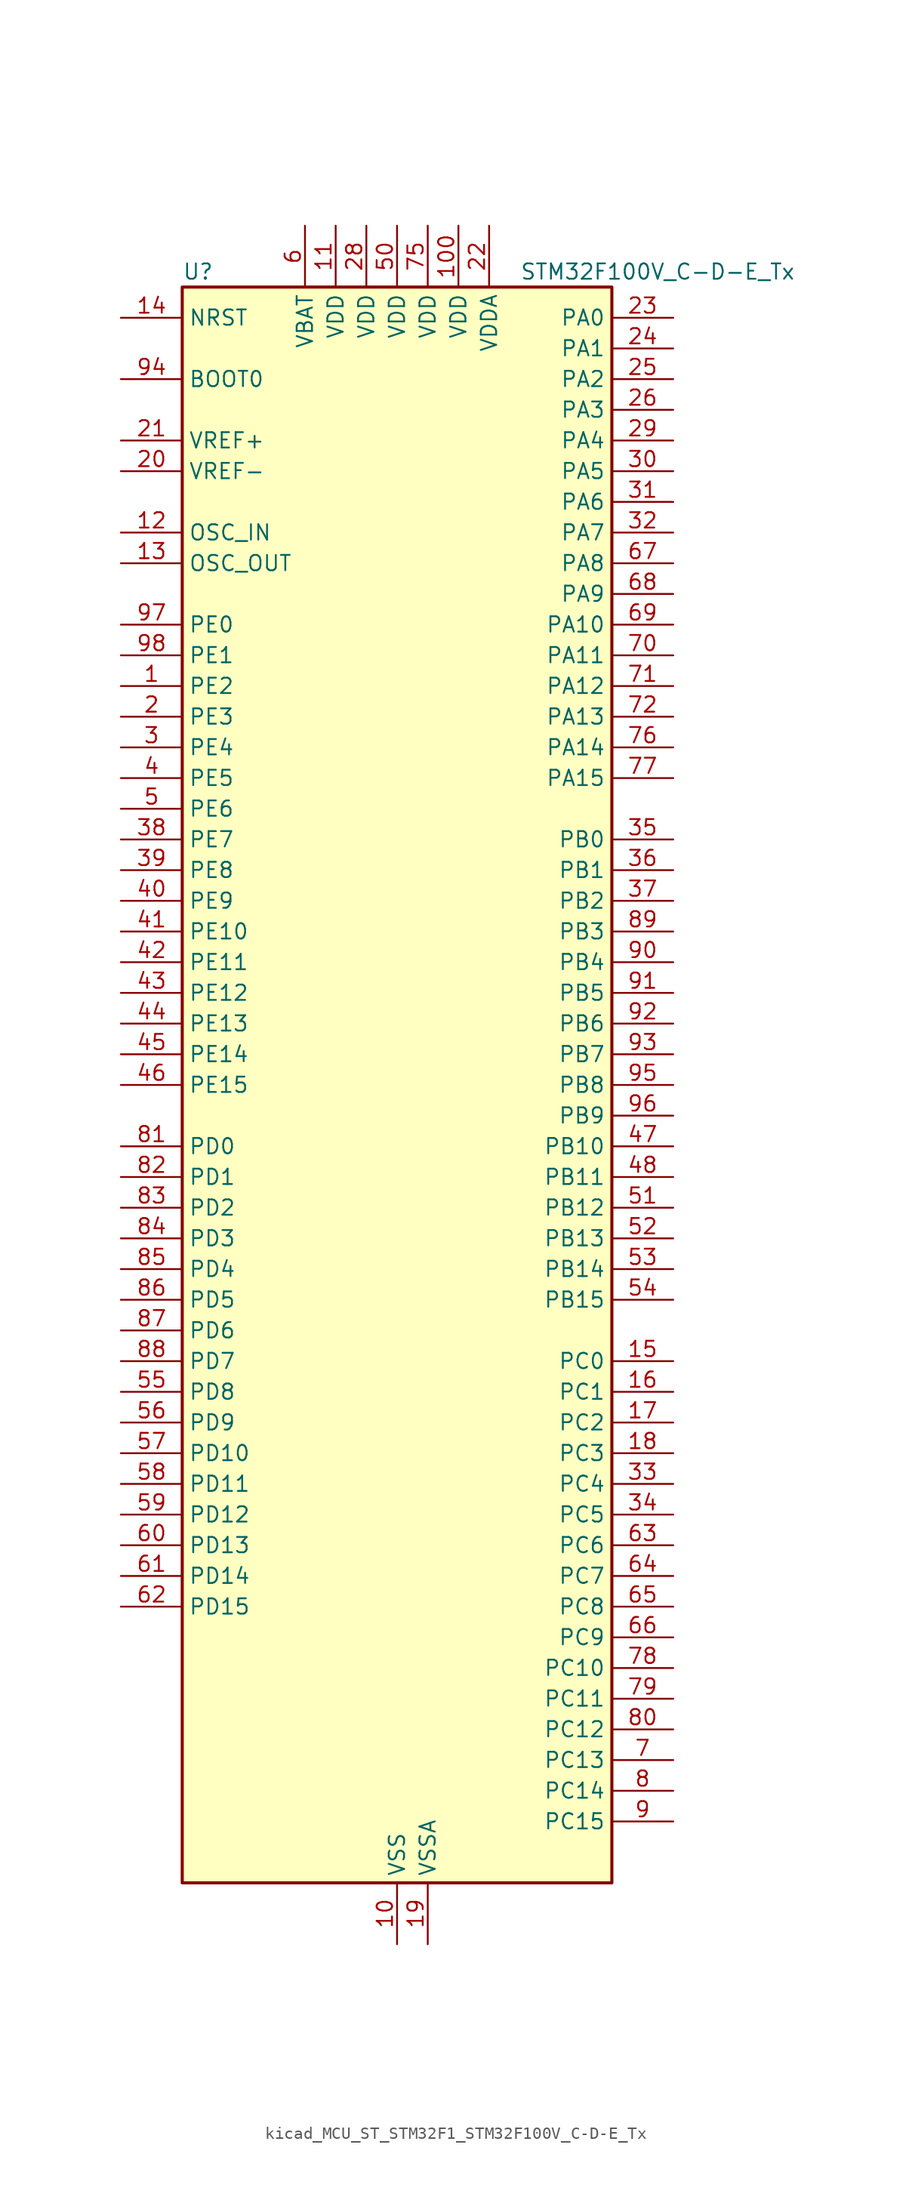
<source format=kicad_sym>
(kicad_symbol_lib
  (version 20220914)
  (generator kicad_symbol_editor)
  (symbol "kicad_MCU_ST_STM32F1_STM32F100V_C-D-E_Tx"
    (property "Reference" "U"
      (at -17.78 67.31 0)
      (effects (font (size 1.27 1.27)) (justify left)))
    (property "Value" "STM32F100V_C-D-E_Tx"
      (at 10.16 67.31 0)
      (effects (font (size 1.27 1.27)) (justify left)))
    (property "ki_locked" ""
      (at 0 0 0)
      (effects (font (size 1.27 1.27))))
    (symbol "kicad_MCU_ST_STM32F1_STM32F100V_C-D-E_Tx_0_1"
      (rectangle (start -17.78 -66.04) (end 17.78 66.04) (stroke (width 0.254) (type default)) (fill (type background))))
    (symbol "kicad_MCU_ST_STM32F1_STM32F100V_C-D-E_Tx_1_1"
      (pin bidirectional line (at -22.86 33.02 0) (length 5.08) (name "PE2" (effects (font (size 1.27 1.27)))) (number "1" (effects (font (size 1.27 1.27)))) (alternate "FSMC_A23" bidirectional line) (alternate "SYS_TRACECLK" bidirectional line))
      (pin power_in line (at 0 -71.12 90) (length 5.08) (name "VSS" (effects (font (size 1.27 1.27)))) (number "10" (effects (font (size 1.27 1.27)))))
      (pin power_in line (at 5.08 71.12 270) (length 5.08) (name "VDD" (effects (font (size 1.27 1.27)))) (number "100" (effects (font (size 1.27 1.27)))))
      (pin power_in line (at -5.08 71.12 270) (length 5.08) (name "VDD" (effects (font (size 1.27 1.27)))) (number "11" (effects (font (size 1.27 1.27)))))
      (pin input line (at -22.86 45.72 0) (length 5.08) (name "OSC_IN" (effects (font (size 1.27 1.27)))) (number "12" (effects (font (size 1.27 1.27)))) (alternate "RCC_OSC_IN" bidirectional line))
      (pin input line (at -22.86 43.18 0) (length 5.08) (name "OSC_OUT" (effects (font (size 1.27 1.27)))) (number "13" (effects (font (size 1.27 1.27)))) (alternate "RCC_OSC_OUT" bidirectional line))
      (pin input line (at -22.86 63.5 0) (length 5.08) (name "NRST" (effects (font (size 1.27 1.27)))) (number "14" (effects (font (size 1.27 1.27)))))
      (pin bidirectional line (at 22.86 -22.86 180) (length 5.08) (name "PC0" (effects (font (size 1.27 1.27)))) (number "15" (effects (font (size 1.27 1.27)))) (alternate "ADC1_IN10" bidirectional line))
      (pin bidirectional line (at 22.86 -25.4 180) (length 5.08) (name "PC1" (effects (font (size 1.27 1.27)))) (number "16" (effects (font (size 1.27 1.27)))) (alternate "ADC1_IN11" bidirectional line))
      (pin bidirectional line (at 22.86 -27.94 180) (length 5.08) (name "PC2" (effects (font (size 1.27 1.27)))) (number "17" (effects (font (size 1.27 1.27)))) (alternate "ADC1_IN12" bidirectional line))
      (pin bidirectional line (at 22.86 -30.48 180) (length 5.08) (name "PC3" (effects (font (size 1.27 1.27)))) (number "18" (effects (font (size 1.27 1.27)))) (alternate "ADC1_IN13" bidirectional line))
      (pin power_in line (at 2.54 -71.12 90) (length 5.08) (name "VSSA" (effects (font (size 1.27 1.27)))) (number "19" (effects (font (size 1.27 1.27)))))
      (pin bidirectional line (at -22.86 30.48 0) (length 5.08) (name "PE3" (effects (font (size 1.27 1.27)))) (number "2" (effects (font (size 1.27 1.27)))) (alternate "FSMC_A19" bidirectional line) (alternate "SYS_TRACED0" bidirectional line))
      (pin input line (at -22.86 50.8 0) (length 5.08) (name "VREF-" (effects (font (size 1.27 1.27)))) (number "20" (effects (font (size 1.27 1.27)))))
      (pin input line (at -22.86 53.34 0) (length 5.08) (name "VREF+" (effects (font (size 1.27 1.27)))) (number "21" (effects (font (size 1.27 1.27)))))
      (pin power_in line (at 7.62 71.12 270) (length 5.08) (name "VDDA" (effects (font (size 1.27 1.27)))) (number "22" (effects (font (size 1.27 1.27)))))
      (pin bidirectional line (at 22.86 63.5 180) (length 5.08) (name "PA0" (effects (font (size 1.27 1.27)))) (number "23" (effects (font (size 1.27 1.27)))) (alternate "ADC1_IN0" bidirectional line) (alternate "SYS_WKUP" bidirectional line) (alternate "TIM2_CH1" bidirectional line) (alternate "TIM2_ETR" bidirectional line) (alternate "TIM5_CH1" bidirectional line) (alternate "USART2_CTS" bidirectional line))
      (pin bidirectional line (at 22.86 60.96 180) (length 5.08) (name "PA1" (effects (font (size 1.27 1.27)))) (number "24" (effects (font (size 1.27 1.27)))) (alternate "ADC1_IN1" bidirectional line) (alternate "TIM2_CH2" bidirectional line) (alternate "TIM5_CH2" bidirectional line) (alternate "USART2_RTS" bidirectional line))
      (pin bidirectional line (at 22.86 58.42 180) (length 5.08) (name "PA2" (effects (font (size 1.27 1.27)))) (number "25" (effects (font (size 1.27 1.27)))) (alternate "ADC1_IN2" bidirectional line) (alternate "TIM15_CH1" bidirectional line) (alternate "TIM2_CH3" bidirectional line) (alternate "TIM5_CH3" bidirectional line) (alternate "USART2_TX" bidirectional line))
      (pin bidirectional line (at 22.86 55.88 180) (length 5.08) (name "PA3" (effects (font (size 1.27 1.27)))) (number "26" (effects (font (size 1.27 1.27)))) (alternate "ADC1_IN3" bidirectional line) (alternate "TIM15_CH2" bidirectional line) (alternate "TIM2_CH4" bidirectional line) (alternate "TIM5_CH4" bidirectional line) (alternate "USART2_RX" bidirectional line))
      (pin passive line (at 0 -71.12 90) (length 5.08) hide (name "VSS" (effects (font (size 1.27 1.27)))) (number "27" (effects (font (size 1.27 1.27)))))
      (pin power_in line (at -2.54 71.12 270) (length 5.08) (name "VDD" (effects (font (size 1.27 1.27)))) (number "28" (effects (font (size 1.27 1.27)))))
      (pin bidirectional line (at 22.86 53.34 180) (length 5.08) (name "PA4" (effects (font (size 1.27 1.27)))) (number "29" (effects (font (size 1.27 1.27)))) (alternate "ADC1_IN4" bidirectional line) (alternate "DAC_OUT1" bidirectional line) (alternate "SPI1_NSS" bidirectional line) (alternate "USART2_CK" bidirectional line))
      (pin bidirectional line (at -22.86 27.94 0) (length 5.08) (name "PE4" (effects (font (size 1.27 1.27)))) (number "3" (effects (font (size 1.27 1.27)))) (alternate "FSMC_A20" bidirectional line) (alternate "SYS_TRACED1" bidirectional line))
      (pin bidirectional line (at 22.86 50.8 180) (length 5.08) (name "PA5" (effects (font (size 1.27 1.27)))) (number "30" (effects (font (size 1.27 1.27)))) (alternate "ADC1_IN5" bidirectional line) (alternate "DAC_OUT2" bidirectional line) (alternate "SPI1_SCK" bidirectional line))
      (pin bidirectional line (at 22.86 48.26 180) (length 5.08) (name "PA6" (effects (font (size 1.27 1.27)))) (number "31" (effects (font (size 1.27 1.27)))) (alternate "ADC1_IN6" bidirectional line) (alternate "SPI1_MISO" bidirectional line) (alternate "TIM16_CH1" bidirectional line) (alternate "TIM1_BKIN" bidirectional line) (alternate "TIM3_CH1" bidirectional line))
      (pin bidirectional line (at 22.86 45.72 180) (length 5.08) (name "PA7" (effects (font (size 1.27 1.27)))) (number "32" (effects (font (size 1.27 1.27)))) (alternate "ADC1_IN7" bidirectional line) (alternate "SPI1_MOSI" bidirectional line) (alternate "TIM17_CH1" bidirectional line) (alternate "TIM1_CH1N" bidirectional line) (alternate "TIM3_CH2" bidirectional line))
      (pin bidirectional line (at 22.86 -33.02 180) (length 5.08) (name "PC4" (effects (font (size 1.27 1.27)))) (number "33" (effects (font (size 1.27 1.27)))) (alternate "ADC1_IN14" bidirectional line) (alternate "TIM12_CH1" bidirectional line))
      (pin bidirectional line (at 22.86 -35.56 180) (length 5.08) (name "PC5" (effects (font (size 1.27 1.27)))) (number "34" (effects (font (size 1.27 1.27)))) (alternate "ADC1_IN15" bidirectional line) (alternate "TIM12_CH2" bidirectional line))
      (pin bidirectional line (at 22.86 20.32 180) (length 5.08) (name "PB0" (effects (font (size 1.27 1.27)))) (number "35" (effects (font (size 1.27 1.27)))) (alternate "ADC1_IN8" bidirectional line) (alternate "TIM13_CH1" bidirectional line) (alternate "TIM1_CH2N" bidirectional line) (alternate "TIM3_CH3" bidirectional line))
      (pin bidirectional line (at 22.86 17.78 180) (length 5.08) (name "PB1" (effects (font (size 1.27 1.27)))) (number "36" (effects (font (size 1.27 1.27)))) (alternate "ADC1_IN9" bidirectional line) (alternate "TIM14_CH1" bidirectional line) (alternate "TIM1_CH3N" bidirectional line) (alternate "TIM3_CH4" bidirectional line))
      (pin bidirectional line (at 22.86 15.24 180) (length 5.08) (name "PB2" (effects (font (size 1.27 1.27)))) (number "37" (effects (font (size 1.27 1.27)))))
      (pin bidirectional line (at -22.86 20.32 0) (length 5.08) (name "PE7" (effects (font (size 1.27 1.27)))) (number "38" (effects (font (size 1.27 1.27)))) (alternate "FSMC_D4" bidirectional line) (alternate "FSMC_DA4" bidirectional line) (alternate "TIM1_ETR" bidirectional line))
      (pin bidirectional line (at -22.86 17.78 0) (length 5.08) (name "PE8" (effects (font (size 1.27 1.27)))) (number "39" (effects (font (size 1.27 1.27)))) (alternate "FSMC_D5" bidirectional line) (alternate "FSMC_DA5" bidirectional line) (alternate "TIM1_CH1N" bidirectional line))
      (pin bidirectional line (at -22.86 25.4 0) (length 5.08) (name "PE5" (effects (font (size 1.27 1.27)))) (number "4" (effects (font (size 1.27 1.27)))) (alternate "FSMC_A21" bidirectional line) (alternate "SYS_TRACED2" bidirectional line))
      (pin bidirectional line (at -22.86 15.24 0) (length 5.08) (name "PE9" (effects (font (size 1.27 1.27)))) (number "40" (effects (font (size 1.27 1.27)))) (alternate "DAC_EXTI9" bidirectional line) (alternate "FSMC_D6" bidirectional line) (alternate "FSMC_DA6" bidirectional line) (alternate "TIM1_CH1" bidirectional line))
      (pin bidirectional line (at -22.86 12.7 0) (length 5.08) (name "PE10" (effects (font (size 1.27 1.27)))) (number "41" (effects (font (size 1.27 1.27)))) (alternate "FSMC_D7" bidirectional line) (alternate "FSMC_DA7" bidirectional line) (alternate "TIM1_CH2N" bidirectional line))
      (pin bidirectional line (at -22.86 10.16 0) (length 5.08) (name "PE11" (effects (font (size 1.27 1.27)))) (number "42" (effects (font (size 1.27 1.27)))) (alternate "ADC1_EXTI11" bidirectional line) (alternate "FSMC_D8" bidirectional line) (alternate "FSMC_DA8" bidirectional line) (alternate "TIM1_CH2" bidirectional line))
      (pin bidirectional line (at -22.86 7.62 0) (length 5.08) (name "PE12" (effects (font (size 1.27 1.27)))) (number "43" (effects (font (size 1.27 1.27)))) (alternate "FSMC_D9" bidirectional line) (alternate "FSMC_DA9" bidirectional line) (alternate "TIM1_CH3N" bidirectional line))
      (pin bidirectional line (at -22.86 5.08 0) (length 5.08) (name "PE13" (effects (font (size 1.27 1.27)))) (number "44" (effects (font (size 1.27 1.27)))) (alternate "FSMC_D10" bidirectional line) (alternate "FSMC_DA10" bidirectional line) (alternate "TIM1_CH3" bidirectional line))
      (pin bidirectional line (at -22.86 2.54 0) (length 5.08) (name "PE14" (effects (font (size 1.27 1.27)))) (number "45" (effects (font (size 1.27 1.27)))) (alternate "FSMC_D11" bidirectional line) (alternate "FSMC_DA11" bidirectional line) (alternate "TIM1_CH4" bidirectional line))
      (pin bidirectional line (at -22.86 0 0) (length 5.08) (name "PE15" (effects (font (size 1.27 1.27)))) (number "46" (effects (font (size 1.27 1.27)))) (alternate "ADC1_EXTI15" bidirectional line) (alternate "FSMC_D12" bidirectional line) (alternate "FSMC_DA12" bidirectional line) (alternate "TIM1_BKIN" bidirectional line))
      (pin bidirectional line (at 22.86 -5.08 180) (length 5.08) (name "PB10" (effects (font (size 1.27 1.27)))) (number "47" (effects (font (size 1.27 1.27)))) (alternate "CEC" bidirectional line) (alternate "I2C2_SCL" bidirectional line) (alternate "TIM2_CH3" bidirectional line) (alternate "USART3_TX" bidirectional line))
      (pin bidirectional line (at 22.86 -7.62 180) (length 5.08) (name "PB11" (effects (font (size 1.27 1.27)))) (number "48" (effects (font (size 1.27 1.27)))) (alternate "ADC1_EXTI11" bidirectional line) (alternate "I2C2_SDA" bidirectional line) (alternate "TIM2_CH4" bidirectional line) (alternate "USART3_RX" bidirectional line))
      (pin passive line (at 0 -71.12 90) (length 5.08) hide (name "VSS" (effects (font (size 1.27 1.27)))) (number "49" (effects (font (size 1.27 1.27)))))
      (pin bidirectional line (at -22.86 22.86 0) (length 5.08) (name "PE6" (effects (font (size 1.27 1.27)))) (number "5" (effects (font (size 1.27 1.27)))) (alternate "FSMC_A22" bidirectional line) (alternate "SYS_TRACED3" bidirectional line))
      (pin power_in line (at 0 71.12 270) (length 5.08) (name "VDD" (effects (font (size 1.27 1.27)))) (number "50" (effects (font (size 1.27 1.27)))))
      (pin bidirectional line (at 22.86 -10.16 180) (length 5.08) (name "PB12" (effects (font (size 1.27 1.27)))) (number "51" (effects (font (size 1.27 1.27)))) (alternate "I2C2_SMBA" bidirectional line) (alternate "SPI2_NSS" bidirectional line) (alternate "TIM12_CH1" bidirectional line) (alternate "TIM1_BKIN" bidirectional line) (alternate "USART3_CK" bidirectional line))
      (pin bidirectional line (at 22.86 -12.7 180) (length 5.08) (name "PB13" (effects (font (size 1.27 1.27)))) (number "52" (effects (font (size 1.27 1.27)))) (alternate "SPI2_SCK" bidirectional line) (alternate "TIM12_CH2" bidirectional line) (alternate "TIM1_CH1N" bidirectional line) (alternate "USART3_CTS" bidirectional line))
      (pin bidirectional line (at 22.86 -15.24 180) (length 5.08) (name "PB14" (effects (font (size 1.27 1.27)))) (number "53" (effects (font (size 1.27 1.27)))) (alternate "SPI2_MISO" bidirectional line) (alternate "TIM15_CH1" bidirectional line) (alternate "TIM1_CH2N" bidirectional line) (alternate "USART3_RTS" bidirectional line))
      (pin bidirectional line (at 22.86 -17.78 180) (length 5.08) (name "PB15" (effects (font (size 1.27 1.27)))) (number "54" (effects (font (size 1.27 1.27)))) (alternate "ADC1_EXTI15" bidirectional line) (alternate "SPI2_MOSI" bidirectional line) (alternate "TIM15_CH1N" bidirectional line) (alternate "TIM15_CH2" bidirectional line) (alternate "TIM1_CH3N" bidirectional line))
      (pin bidirectional line (at -22.86 -25.4 0) (length 5.08) (name "PD8" (effects (font (size 1.27 1.27)))) (number "55" (effects (font (size 1.27 1.27)))) (alternate "FSMC_D13" bidirectional line) (alternate "FSMC_DA13" bidirectional line) (alternate "USART3_TX" bidirectional line))
      (pin bidirectional line (at -22.86 -27.94 0) (length 5.08) (name "PD9" (effects (font (size 1.27 1.27)))) (number "56" (effects (font (size 1.27 1.27)))) (alternate "DAC_EXTI9" bidirectional line) (alternate "FSMC_D14" bidirectional line) (alternate "FSMC_DA14" bidirectional line) (alternate "USART3_RX" bidirectional line))
      (pin bidirectional line (at -22.86 -30.48 0) (length 5.08) (name "PD10" (effects (font (size 1.27 1.27)))) (number "57" (effects (font (size 1.27 1.27)))) (alternate "FSMC_D15" bidirectional line) (alternate "FSMC_DA15" bidirectional line) (alternate "USART3_CK" bidirectional line))
      (pin bidirectional line (at -22.86 -33.02 0) (length 5.08) (name "PD11" (effects (font (size 1.27 1.27)))) (number "58" (effects (font (size 1.27 1.27)))) (alternate "ADC1_EXTI11" bidirectional line) (alternate "FSMC_A16" bidirectional line) (alternate "USART3_CTS" bidirectional line))
      (pin bidirectional line (at -22.86 -35.56 0) (length 5.08) (name "PD12" (effects (font (size 1.27 1.27)))) (number "59" (effects (font (size 1.27 1.27)))) (alternate "FSMC_A17" bidirectional line) (alternate "TIM4_CH1" bidirectional line) (alternate "USART3_RTS" bidirectional line))
      (pin power_in line (at -7.62 71.12 270) (length 5.08) (name "VBAT" (effects (font (size 1.27 1.27)))) (number "6" (effects (font (size 1.27 1.27)))))
      (pin bidirectional line (at -22.86 -38.1 0) (length 5.08) (name "PD13" (effects (font (size 1.27 1.27)))) (number "60" (effects (font (size 1.27 1.27)))) (alternate "FSMC_A18" bidirectional line) (alternate "TIM4_CH2" bidirectional line))
      (pin bidirectional line (at -22.86 -40.64 0) (length 5.08) (name "PD14" (effects (font (size 1.27 1.27)))) (number "61" (effects (font (size 1.27 1.27)))) (alternate "FSMC_D0" bidirectional line) (alternate "FSMC_DA0" bidirectional line) (alternate "TIM4_CH3" bidirectional line))
      (pin bidirectional line (at -22.86 -43.18 0) (length 5.08) (name "PD15" (effects (font (size 1.27 1.27)))) (number "62" (effects (font (size 1.27 1.27)))) (alternate "ADC1_EXTI15" bidirectional line) (alternate "FSMC_D1" bidirectional line) (alternate "FSMC_DA1" bidirectional line) (alternate "TIM4_CH4" bidirectional line))
      (pin bidirectional line (at 22.86 -38.1 180) (length 5.08) (name "PC6" (effects (font (size 1.27 1.27)))) (number "63" (effects (font (size 1.27 1.27)))) (alternate "TIM3_CH1" bidirectional line))
      (pin bidirectional line (at 22.86 -40.64 180) (length 5.08) (name "PC7" (effects (font (size 1.27 1.27)))) (number "64" (effects (font (size 1.27 1.27)))) (alternate "TIM3_CH2" bidirectional line))
      (pin bidirectional line (at 22.86 -43.18 180) (length 5.08) (name "PC8" (effects (font (size 1.27 1.27)))) (number "65" (effects (font (size 1.27 1.27)))) (alternate "TIM13_CH1" bidirectional line) (alternate "TIM3_CH3" bidirectional line))
      (pin bidirectional line (at 22.86 -45.72 180) (length 5.08) (name "PC9" (effects (font (size 1.27 1.27)))) (number "66" (effects (font (size 1.27 1.27)))) (alternate "DAC_EXTI9" bidirectional line) (alternate "TIM14_CH1" bidirectional line) (alternate "TIM3_CH4" bidirectional line))
      (pin bidirectional line (at 22.86 43.18 180) (length 5.08) (name "PA8" (effects (font (size 1.27 1.27)))) (number "67" (effects (font (size 1.27 1.27)))) (alternate "RCC_MCO" bidirectional line) (alternate "TIM1_CH1" bidirectional line) (alternate "USART1_CK" bidirectional line))
      (pin bidirectional line (at 22.86 40.64 180) (length 5.08) (name "PA9" (effects (font (size 1.27 1.27)))) (number "68" (effects (font (size 1.27 1.27)))) (alternate "DAC_EXTI9" bidirectional line) (alternate "TIM15_BKIN" bidirectional line) (alternate "TIM1_CH2" bidirectional line) (alternate "USART1_TX" bidirectional line))
      (pin bidirectional line (at 22.86 38.1 180) (length 5.08) (name "PA10" (effects (font (size 1.27 1.27)))) (number "69" (effects (font (size 1.27 1.27)))) (alternate "TIM17_BKIN" bidirectional line) (alternate "TIM1_CH3" bidirectional line) (alternate "USART1_RX" bidirectional line))
      (pin bidirectional line (at 22.86 -55.88 180) (length 5.08) (name "PC13" (effects (font (size 1.27 1.27)))) (number "7" (effects (font (size 1.27 1.27)))) (alternate "RTC_OUT" bidirectional line) (alternate "RTC_TAMPER" bidirectional line))
      (pin bidirectional line (at 22.86 35.56 180) (length 5.08) (name "PA11" (effects (font (size 1.27 1.27)))) (number "70" (effects (font (size 1.27 1.27)))) (alternate "ADC1_EXTI11" bidirectional line) (alternate "TIM1_CH4" bidirectional line) (alternate "USART1_CTS" bidirectional line))
      (pin bidirectional line (at 22.86 33.02 180) (length 5.08) (name "PA12" (effects (font (size 1.27 1.27)))) (number "71" (effects (font (size 1.27 1.27)))) (alternate "TIM1_ETR" bidirectional line) (alternate "USART1_RTS" bidirectional line))
      (pin bidirectional line (at 22.86 30.48 180) (length 5.08) (name "PA13" (effects (font (size 1.27 1.27)))) (number "72" (effects (font (size 1.27 1.27)))) (alternate "SYS_JTMS-SWDIO" bidirectional line))
      (pin no_connect line (at -17.78 -66.04 0) (length 5.08) hide (name "NC" (effects (font (size 1.27 1.27)))) (number "73" (effects (font (size 1.27 1.27)))))
      (pin passive line (at 0 -71.12 90) (length 5.08) hide (name "VSS" (effects (font (size 1.27 1.27)))) (number "74" (effects (font (size 1.27 1.27)))))
      (pin power_in line (at 2.54 71.12 270) (length 5.08) (name "VDD" (effects (font (size 1.27 1.27)))) (number "75" (effects (font (size 1.27 1.27)))))
      (pin bidirectional line (at 22.86 27.94 180) (length 5.08) (name "PA14" (effects (font (size 1.27 1.27)))) (number "76" (effects (font (size 1.27 1.27)))) (alternate "SYS_JTCK-SWCLK" bidirectional line))
      (pin bidirectional line (at 22.86 25.4 180) (length 5.08) (name "PA15" (effects (font (size 1.27 1.27)))) (number "77" (effects (font (size 1.27 1.27)))) (alternate "ADC1_EXTI15" bidirectional line) (alternate "SPI1_NSS" bidirectional line) (alternate "SPI3_NSS" bidirectional line) (alternate "SYS_JTDI" bidirectional line) (alternate "TIM2_CH1" bidirectional line) (alternate "TIM2_ETR" bidirectional line))
      (pin bidirectional line (at 22.86 -48.26 180) (length 5.08) (name "PC10" (effects (font (size 1.27 1.27)))) (number "78" (effects (font (size 1.27 1.27)))) (alternate "UART4_TX" bidirectional line) (alternate "USART3_TX" bidirectional line))
      (pin bidirectional line (at 22.86 -50.8 180) (length 5.08) (name "PC11" (effects (font (size 1.27 1.27)))) (number "79" (effects (font (size 1.27 1.27)))) (alternate "ADC1_EXTI11" bidirectional line) (alternate "UART4_RX" bidirectional line) (alternate "USART3_RX" bidirectional line))
      (pin bidirectional line (at 22.86 -58.42 180) (length 5.08) (name "PC14" (effects (font (size 1.27 1.27)))) (number "8" (effects (font (size 1.27 1.27)))) (alternate "RCC_OSC32_IN" bidirectional line))
      (pin bidirectional line (at 22.86 -53.34 180) (length 5.08) (name "PC12" (effects (font (size 1.27 1.27)))) (number "80" (effects (font (size 1.27 1.27)))) (alternate "UART5_TX" bidirectional line) (alternate "USART3_CK" bidirectional line))
      (pin bidirectional line (at -22.86 -5.08 0) (length 5.08) (name "PD0" (effects (font (size 1.27 1.27)))) (number "81" (effects (font (size 1.27 1.27)))) (alternate "FSMC_D2" bidirectional line) (alternate "FSMC_DA2" bidirectional line))
      (pin bidirectional line (at -22.86 -7.62 0) (length 5.08) (name "PD1" (effects (font (size 1.27 1.27)))) (number "82" (effects (font (size 1.27 1.27)))) (alternate "FSMC_D3" bidirectional line) (alternate "FSMC_DA3" bidirectional line))
      (pin bidirectional line (at -22.86 -10.16 0) (length 5.08) (name "PD2" (effects (font (size 1.27 1.27)))) (number "83" (effects (font (size 1.27 1.27)))) (alternate "TIM3_ETR" bidirectional line) (alternate "UART5_RX" bidirectional line))
      (pin bidirectional line (at -22.86 -12.7 0) (length 5.08) (name "PD3" (effects (font (size 1.27 1.27)))) (number "84" (effects (font (size 1.27 1.27)))) (alternate "FSMC_CLK" bidirectional line) (alternate "USART2_CTS" bidirectional line))
      (pin bidirectional line (at -22.86 -15.24 0) (length 5.08) (name "PD4" (effects (font (size 1.27 1.27)))) (number "85" (effects (font (size 1.27 1.27)))) (alternate "FSMC_NOE" bidirectional line) (alternate "USART2_RTS" bidirectional line))
      (pin bidirectional line (at -22.86 -17.78 0) (length 5.08) (name "PD5" (effects (font (size 1.27 1.27)))) (number "86" (effects (font (size 1.27 1.27)))) (alternate "FSMC_NWE" bidirectional line) (alternate "USART2_TX" bidirectional line))
      (pin bidirectional line (at -22.86 -20.32 0) (length 5.08) (name "PD6" (effects (font (size 1.27 1.27)))) (number "87" (effects (font (size 1.27 1.27)))) (alternate "FSMC_NWAIT" bidirectional line) (alternate "USART2_RX" bidirectional line))
      (pin bidirectional line (at -22.86 -22.86 0) (length 5.08) (name "PD7" (effects (font (size 1.27 1.27)))) (number "88" (effects (font (size 1.27 1.27)))) (alternate "FSMC_NE1" bidirectional line) (alternate "USART2_CK" bidirectional line))
      (pin bidirectional line (at 22.86 12.7 180) (length 5.08) (name "PB3" (effects (font (size 1.27 1.27)))) (number "89" (effects (font (size 1.27 1.27)))) (alternate "SPI1_SCK" bidirectional line) (alternate "SPI3_SCK" bidirectional line) (alternate "SYS_JTDO-TRACESWO" bidirectional line) (alternate "TIM2_CH2" bidirectional line))
      (pin bidirectional line (at 22.86 -60.96 180) (length 5.08) (name "PC15" (effects (font (size 1.27 1.27)))) (number "9" (effects (font (size 1.27 1.27)))) (alternate "ADC1_EXTI15" bidirectional line) (alternate "RCC_OSC32_OUT" bidirectional line))
      (pin bidirectional line (at 22.86 10.16 180) (length 5.08) (name "PB4" (effects (font (size 1.27 1.27)))) (number "90" (effects (font (size 1.27 1.27)))) (alternate "SPI1_MISO" bidirectional line) (alternate "SPI3_MISO" bidirectional line) (alternate "SYS_NJTRST" bidirectional line) (alternate "TIM3_CH1" bidirectional line))
      (pin bidirectional line (at 22.86 7.62 180) (length 5.08) (name "PB5" (effects (font (size 1.27 1.27)))) (number "91" (effects (font (size 1.27 1.27)))) (alternate "I2C1_SMBA" bidirectional line) (alternate "SPI1_MOSI" bidirectional line) (alternate "SPI3_MOSI" bidirectional line) (alternate "TIM16_BKIN" bidirectional line) (alternate "TIM3_CH2" bidirectional line))
      (pin bidirectional line (at 22.86 5.08 180) (length 5.08) (name "PB6" (effects (font (size 1.27 1.27)))) (number "92" (effects (font (size 1.27 1.27)))) (alternate "I2C1_SCL" bidirectional line) (alternate "TIM16_CH1N" bidirectional line) (alternate "TIM4_CH1" bidirectional line) (alternate "USART1_TX" bidirectional line))
      (pin bidirectional line (at 22.86 2.54 180) (length 5.08) (name "PB7" (effects (font (size 1.27 1.27)))) (number "93" (effects (font (size 1.27 1.27)))) (alternate "FSMC_NL" bidirectional line) (alternate "I2C1_SDA" bidirectional line) (alternate "TIM17_CH1N" bidirectional line) (alternate "TIM4_CH2" bidirectional line) (alternate "USART1_RX" bidirectional line))
      (pin input line (at -22.86 58.42 0) (length 5.08) (name "BOOT0" (effects (font (size 1.27 1.27)))) (number "94" (effects (font (size 1.27 1.27)))))
      (pin bidirectional line (at 22.86 0 180) (length 5.08) (name "PB8" (effects (font (size 1.27 1.27)))) (number "95" (effects (font (size 1.27 1.27)))) (alternate "CEC" bidirectional line) (alternate "I2C1_SCL" bidirectional line) (alternate "TIM16_CH1" bidirectional line) (alternate "TIM4_CH3" bidirectional line))
      (pin bidirectional line (at 22.86 -2.54 180) (length 5.08) (name "PB9" (effects (font (size 1.27 1.27)))) (number "96" (effects (font (size 1.27 1.27)))) (alternate "DAC_EXTI9" bidirectional line) (alternate "I2C1_SDA" bidirectional line) (alternate "TIM17_CH1" bidirectional line) (alternate "TIM4_CH4" bidirectional line))
      (pin bidirectional line (at -22.86 38.1 0) (length 5.08) (name "PE0" (effects (font (size 1.27 1.27)))) (number "97" (effects (font (size 1.27 1.27)))) (alternate "FSMC_NBL0" bidirectional line) (alternate "TIM4_ETR" bidirectional line))
      (pin bidirectional line (at -22.86 35.56 0) (length 5.08) (name "PE1" (effects (font (size 1.27 1.27)))) (number "98" (effects (font (size 1.27 1.27)))) (alternate "FSMC_NBL1" bidirectional line))
      (pin passive line (at 0 -71.12 90) (length 5.08) hide (name "VSS" (effects (font (size 1.27 1.27)))) (number "99" (effects (font (size 1.27 1.27))))))))
</source>
